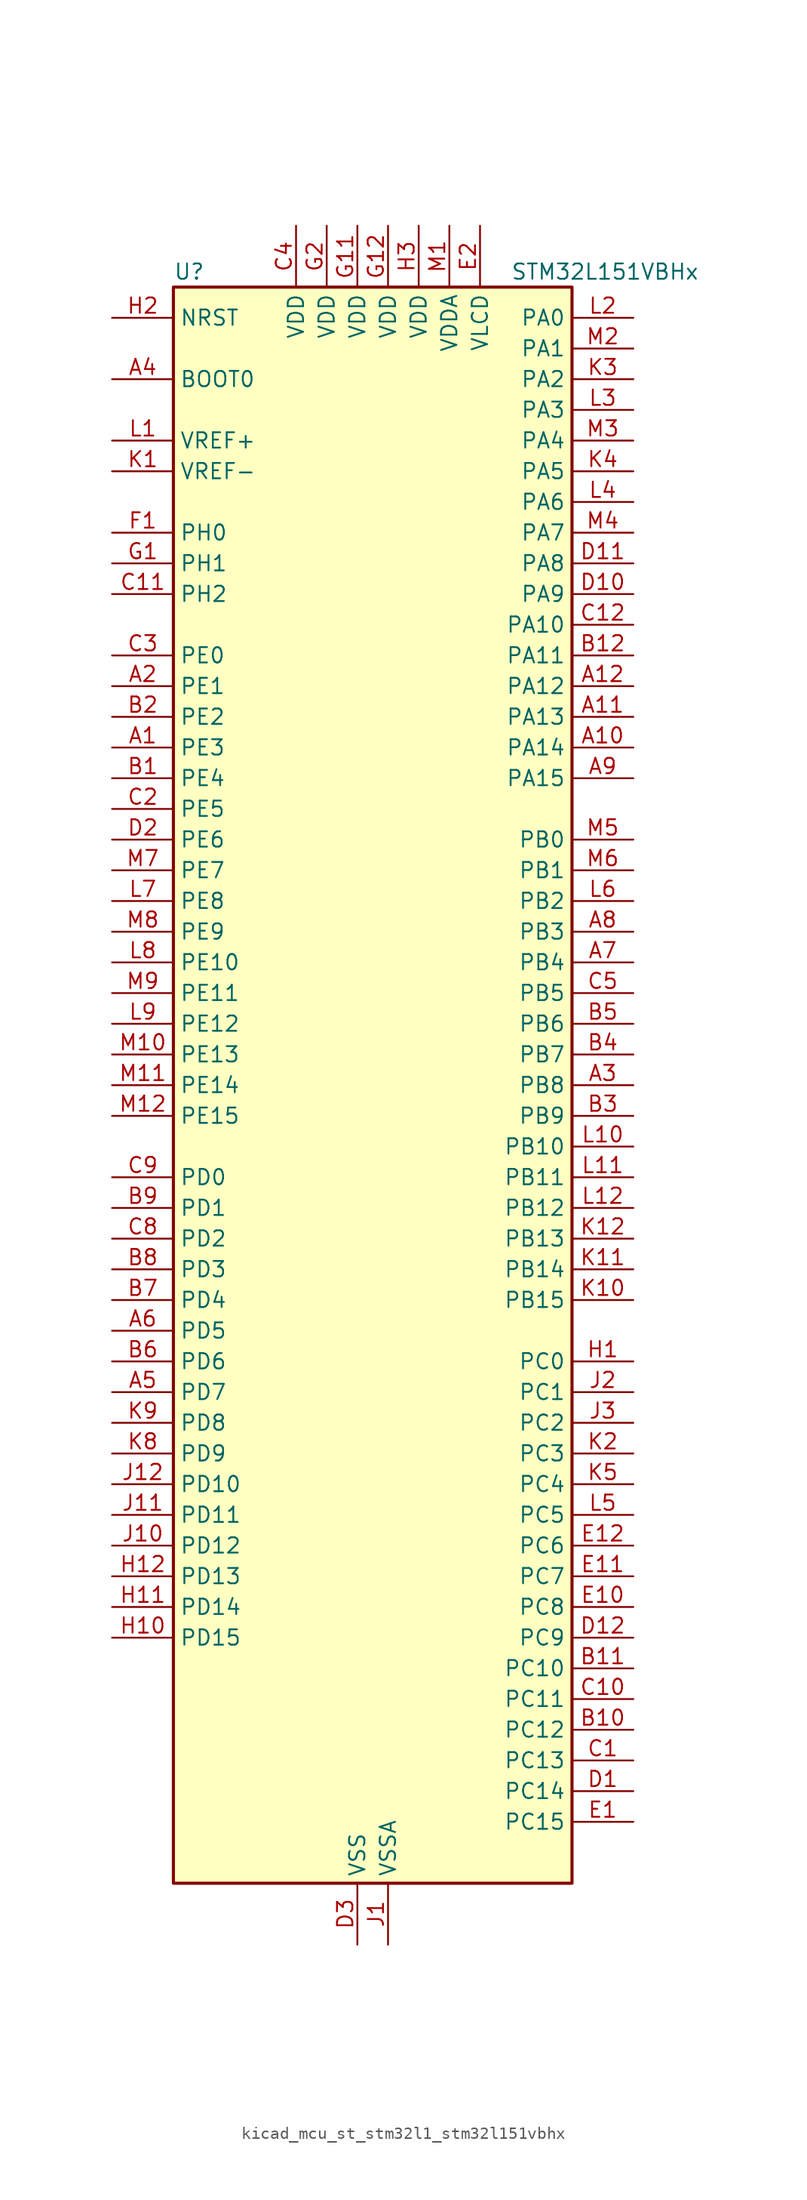
<source format=kicad_sym>
(kicad_symbol_lib
  (version 20220914)
  (generator kicad_symbol_editor)
  (symbol "kicad_mcu_st_stm32l1_stm32l151vbhx"
    (property "Reference" "U"
      (at -15.24 67.31 0)
      (effects (font (size 1.27 1.27)) (justify left)))
    (property "Value" "STM32L151VBHx"
      (at 12.7 67.31 0)
      (effects (font (size 1.27 1.27)) (justify left)))
    (property "ki_locked" ""
      (at 0 0 0)
      (effects (font (size 1.27 1.27))))
    (symbol "kicad_mcu_st_stm32l1_stm32l151vbhx_0_1"
      (rectangle (start -15.24 -66.04) (end 17.78 66.04) (stroke (width 0.254) (type default)) (fill (type background))))
    (symbol "kicad_mcu_st_stm32l1_stm32l151vbhx_1_1"
      (pin bidirectional line (at -20.32 27.94 0) (length 5.08) (name "PE3" (effects (font (size 1.27 1.27)))) (number "A1" (effects (font (size 1.27 1.27)))) (alternate "SYS_TRACED0" bidirectional line) (alternate "TIM3_CH1" bidirectional line) (alternate "TIMX_IC4" bidirectional line))
      (pin bidirectional line (at 22.86 27.94 180) (length 5.08) (name "PA14" (effects (font (size 1.27 1.27)))) (number "A10" (effects (font (size 1.27 1.27)))) (alternate "SYS_JTCK-SWCLK" bidirectional line) (alternate "TIMX_IC3" bidirectional line) (alternate "TS_G5_IO2" bidirectional line))
      (pin bidirectional line (at 22.86 30.48 180) (length 5.08) (name "PA13" (effects (font (size 1.27 1.27)))) (number "A11" (effects (font (size 1.27 1.27)))) (alternate "SYS_JTMS-SWDIO" bidirectional line) (alternate "TIMX_IC2" bidirectional line) (alternate "TS_G5_IO1" bidirectional line))
      (pin bidirectional line (at 22.86 33.02 180) (length 5.08) (name "PA12" (effects (font (size 1.27 1.27)))) (number "A12" (effects (font (size 1.27 1.27)))) (alternate "SPI1_MOSI" bidirectional line) (alternate "TIMX_IC1" bidirectional line) (alternate "USART1_RTS" bidirectional line) (alternate "USB_DP" bidirectional line))
      (pin bidirectional line (at -20.32 33.02 0) (length 5.08) (name "PE1" (effects (font (size 1.27 1.27)))) (number "A2" (effects (font (size 1.27 1.27)))) (alternate "TIM11_CH1" bidirectional line) (alternate "TIMX_IC2" bidirectional line))
      (pin bidirectional line (at 22.86 0 180) (length 5.08) (name "PB8" (effects (font (size 1.27 1.27)))) (number "A3" (effects (font (size 1.27 1.27)))) (alternate "I2C1_SCL" bidirectional line) (alternate "TIM10_CH1" bidirectional line) (alternate "TIM4_CH3" bidirectional line))
      (pin input line (at -20.32 58.42 0) (length 5.08) (name "BOOT0" (effects (font (size 1.27 1.27)))) (number "A4" (effects (font (size 1.27 1.27)))))
      (pin bidirectional line (at -20.32 -25.4 0) (length 5.08) (name "PD7" (effects (font (size 1.27 1.27)))) (number "A5" (effects (font (size 1.27 1.27)))) (alternate "TIM9_CH2" bidirectional line) (alternate "TIMX_IC4" bidirectional line) (alternate "USART2_CK" bidirectional line))
      (pin bidirectional line (at -20.32 -20.32 0) (length 5.08) (name "PD5" (effects (font (size 1.27 1.27)))) (number "A6" (effects (font (size 1.27 1.27)))) (alternate "TIMX_IC2" bidirectional line) (alternate "USART2_TX" bidirectional line))
      (pin bidirectional line (at 22.86 10.16 180) (length 5.08) (name "PB4" (effects (font (size 1.27 1.27)))) (number "A7" (effects (font (size 1.27 1.27)))) (alternate "COMP2_INP" bidirectional line) (alternate "SPI1_MISO" bidirectional line) (alternate "SYS_JTRST" bidirectional line) (alternate "TIM3_CH1" bidirectional line) (alternate "TS_G6_IO1" bidirectional line))
      (pin bidirectional line (at 22.86 12.7 180) (length 5.08) (name "PB3" (effects (font (size 1.27 1.27)))) (number "A8" (effects (font (size 1.27 1.27)))) (alternate "COMP2_INM" bidirectional line) (alternate "SPI1_SCK" bidirectional line) (alternate "SYS_JTDO-TRACESWO" bidirectional line) (alternate "TIM2_CH2" bidirectional line))
      (pin bidirectional line (at 22.86 25.4 180) (length 5.08) (name "PA15" (effects (font (size 1.27 1.27)))) (number "A9" (effects (font (size 1.27 1.27)))) (alternate "ADC_EXTI15" bidirectional line) (alternate "SPI1_NSS" bidirectional line) (alternate "SYS_JTDI" bidirectional line) (alternate "TIM2_CH1" bidirectional line) (alternate "TIM2_ETR" bidirectional line) (alternate "TIMX_IC4" bidirectional line) (alternate "TS_G5_IO3" bidirectional line))
      (pin bidirectional line (at -20.32 25.4 0) (length 5.08) (name "PE4" (effects (font (size 1.27 1.27)))) (number "B1" (effects (font (size 1.27 1.27)))) (alternate "SYS_TRACED1" bidirectional line) (alternate "TIM3_CH2" bidirectional line) (alternate "TIMX_IC1" bidirectional line))
      (pin bidirectional line (at 22.86 -53.34 180) (length 5.08) (name "PC12" (effects (font (size 1.27 1.27)))) (number "B10" (effects (font (size 1.27 1.27)))) (alternate "TIMX_IC1" bidirectional line) (alternate "USART3_CK" bidirectional line))
      (pin bidirectional line (at 22.86 -48.26 180) (length 5.08) (name "PC10" (effects (font (size 1.27 1.27)))) (number "B11" (effects (font (size 1.27 1.27)))) (alternate "TIMX_IC3" bidirectional line) (alternate "USART3_TX" bidirectional line))
      (pin bidirectional line (at 22.86 35.56 180) (length 5.08) (name "PA11" (effects (font (size 1.27 1.27)))) (number "B12" (effects (font (size 1.27 1.27)))) (alternate "ADC_EXTI11" bidirectional line) (alternate "SPI1_MISO" bidirectional line) (alternate "TIMX_IC4" bidirectional line) (alternate "USART1_CTS" bidirectional line) (alternate "USB_DM" bidirectional line))
      (pin bidirectional line (at -20.32 30.48 0) (length 5.08) (name "PE2" (effects (font (size 1.27 1.27)))) (number "B2" (effects (font (size 1.27 1.27)))) (alternate "SYS_TRACECK" bidirectional line) (alternate "TIM3_ETR" bidirectional line) (alternate "TIMX_IC3" bidirectional line))
      (pin bidirectional line (at 22.86 -2.54 180) (length 5.08) (name "PB9" (effects (font (size 1.27 1.27)))) (number "B3" (effects (font (size 1.27 1.27)))) (alternate "DAC_EXTI9" bidirectional line) (alternate "I2C1_SDA" bidirectional line) (alternate "TIM11_CH1" bidirectional line) (alternate "TIM4_CH4" bidirectional line))
      (pin bidirectional line (at 22.86 2.54 180) (length 5.08) (name "PB7" (effects (font (size 1.27 1.27)))) (number "B4" (effects (font (size 1.27 1.27)))) (alternate "I2C1_SDA" bidirectional line) (alternate "SYS_PVD_IN" bidirectional line) (alternate "TIM4_CH2" bidirectional line) (alternate "USART1_RX" bidirectional line))
      (pin bidirectional line (at 22.86 5.08 180) (length 5.08) (name "PB6" (effects (font (size 1.27 1.27)))) (number "B5" (effects (font (size 1.27 1.27)))) (alternate "I2C1_SCL" bidirectional line) (alternate "TIM4_CH1" bidirectional line) (alternate "USART1_TX" bidirectional line))
      (pin bidirectional line (at -20.32 -22.86 0) (length 5.08) (name "PD6" (effects (font (size 1.27 1.27)))) (number "B6" (effects (font (size 1.27 1.27)))) (alternate "TIMX_IC3" bidirectional line) (alternate "USART2_RX" bidirectional line))
      (pin bidirectional line (at -20.32 -17.78 0) (length 5.08) (name "PD4" (effects (font (size 1.27 1.27)))) (number "B7" (effects (font (size 1.27 1.27)))) (alternate "SPI2_MOSI" bidirectional line) (alternate "TIMX_IC1" bidirectional line) (alternate "USART2_RTS" bidirectional line))
      (pin bidirectional line (at -20.32 -15.24 0) (length 5.08) (name "PD3" (effects (font (size 1.27 1.27)))) (number "B8" (effects (font (size 1.27 1.27)))) (alternate "SPI2_MISO" bidirectional line) (alternate "TIMX_IC4" bidirectional line) (alternate "USART2_CTS" bidirectional line))
      (pin bidirectional line (at -20.32 -10.16 0) (length 5.08) (name "PD1" (effects (font (size 1.27 1.27)))) (number "B9" (effects (font (size 1.27 1.27)))) (alternate "SPI2_SCK" bidirectional line) (alternate "TIMX_IC2" bidirectional line))
      (pin bidirectional line (at 22.86 -55.88 180) (length 5.08) (name "PC13" (effects (font (size 1.27 1.27)))) (number "C1" (effects (font (size 1.27 1.27)))) (alternate "RTC_OUT_ALARM" bidirectional line) (alternate "RTC_OUT_CALIB" bidirectional line) (alternate "RTC_TAMP1" bidirectional line) (alternate "RTC_TS" bidirectional line) (alternate "SYS_WKUP2" bidirectional line) (alternate "TIMX_IC2" bidirectional line))
      (pin bidirectional line (at 22.86 -50.8 180) (length 5.08) (name "PC11" (effects (font (size 1.27 1.27)))) (number "C10" (effects (font (size 1.27 1.27)))) (alternate "ADC_EXTI11" bidirectional line) (alternate "TIMX_IC4" bidirectional line) (alternate "USART3_RX" bidirectional line))
      (pin bidirectional line (at -20.32 40.64 0) (length 5.08) (name "PH2" (effects (font (size 1.27 1.27)))) (number "C11" (effects (font (size 1.27 1.27)))))
      (pin bidirectional line (at 22.86 38.1 180) (length 5.08) (name "PA10" (effects (font (size 1.27 1.27)))) (number "C12" (effects (font (size 1.27 1.27)))) (alternate "TIMX_IC3" bidirectional line) (alternate "TS_G4_IO3" bidirectional line) (alternate "USART1_RX" bidirectional line))
      (pin bidirectional line (at -20.32 22.86 0) (length 5.08) (name "PE5" (effects (font (size 1.27 1.27)))) (number "C2" (effects (font (size 1.27 1.27)))) (alternate "SYS_TRACED2" bidirectional line) (alternate "TIM9_CH1" bidirectional line) (alternate "TIMX_IC2" bidirectional line))
      (pin bidirectional line (at -20.32 35.56 0) (length 5.08) (name "PE0" (effects (font (size 1.27 1.27)))) (number "C3" (effects (font (size 1.27 1.27)))) (alternate "TIM10_CH1" bidirectional line) (alternate "TIM4_ETR" bidirectional line) (alternate "TIMX_IC1" bidirectional line))
      (pin power_in line (at -5.08 71.12 270) (length 5.08) (name "VDD" (effects (font (size 1.27 1.27)))) (number "C4" (effects (font (size 1.27 1.27)))))
      (pin bidirectional line (at 22.86 7.62 180) (length 5.08) (name "PB5" (effects (font (size 1.27 1.27)))) (number "C5" (effects (font (size 1.27 1.27)))) (alternate "COMP2_INP" bidirectional line) (alternate "I2C1_SMBA" bidirectional line) (alternate "SPI1_MOSI" bidirectional line) (alternate "TIM3_CH2" bidirectional line) (alternate "TS_G6_IO2" bidirectional line))
      (pin bidirectional line (at -20.32 -12.7 0) (length 5.08) (name "PD2" (effects (font (size 1.27 1.27)))) (number "C8" (effects (font (size 1.27 1.27)))) (alternate "TIM3_ETR" bidirectional line) (alternate "TIMX_IC3" bidirectional line))
      (pin bidirectional line (at -20.32 -7.62 0) (length 5.08) (name "PD0" (effects (font (size 1.27 1.27)))) (number "C9" (effects (font (size 1.27 1.27)))) (alternate "SPI2_NSS" bidirectional line) (alternate "TIM9_CH1" bidirectional line) (alternate "TIMX_IC1" bidirectional line))
      (pin bidirectional line (at 22.86 -58.42 180) (length 5.08) (name "PC14" (effects (font (size 1.27 1.27)))) (number "D1" (effects (font (size 1.27 1.27)))) (alternate "RCC_OSC32_IN" bidirectional line) (alternate "TIMX_IC3" bidirectional line))
      (pin bidirectional line (at 22.86 40.64 180) (length 5.08) (name "PA9" (effects (font (size 1.27 1.27)))) (number "D10" (effects (font (size 1.27 1.27)))) (alternate "DAC_EXTI9" bidirectional line) (alternate "TIMX_IC2" bidirectional line) (alternate "TS_G4_IO2" bidirectional line) (alternate "USART1_TX" bidirectional line))
      (pin bidirectional line (at 22.86 43.18 180) (length 5.08) (name "PA8" (effects (font (size 1.27 1.27)))) (number "D11" (effects (font (size 1.27 1.27)))) (alternate "RCC_MCO" bidirectional line) (alternate "TIMX_IC1" bidirectional line) (alternate "TS_G4_IO1" bidirectional line) (alternate "USART1_CK" bidirectional line))
      (pin bidirectional line (at 22.86 -45.72 180) (length 5.08) (name "PC9" (effects (font (size 1.27 1.27)))) (number "D12" (effects (font (size 1.27 1.27)))) (alternate "DAC_EXTI9" bidirectional line) (alternate "TIM3_CH4" bidirectional line) (alternate "TIMX_IC2" bidirectional line) (alternate "TS_G10_IO4" bidirectional line))
      (pin bidirectional line (at -20.32 20.32 0) (length 5.08) (name "PE6" (effects (font (size 1.27 1.27)))) (number "D2" (effects (font (size 1.27 1.27)))) (alternate "SYS_TRACED3" bidirectional line) (alternate "SYS_WKUP3" bidirectional line) (alternate "TIM9_CH2" bidirectional line) (alternate "TIMX_IC3" bidirectional line))
      (pin power_in line (at 0 -71.12 90) (length 5.08) (name "VSS" (effects (font (size 1.27 1.27)))) (number "D3" (effects (font (size 1.27 1.27)))))
      (pin bidirectional line (at 22.86 -60.96 180) (length 5.08) (name "PC15" (effects (font (size 1.27 1.27)))) (number "E1" (effects (font (size 1.27 1.27)))) (alternate "ADC_EXTI15" bidirectional line) (alternate "RCC_OSC32_OUT" bidirectional line) (alternate "TIMX_IC4" bidirectional line))
      (pin bidirectional line (at 22.86 -43.18 180) (length 5.08) (name "PC8" (effects (font (size 1.27 1.27)))) (number "E10" (effects (font (size 1.27 1.27)))) (alternate "TIM3_CH3" bidirectional line) (alternate "TIMX_IC1" bidirectional line) (alternate "TS_G10_IO3" bidirectional line))
      (pin bidirectional line (at 22.86 -40.64 180) (length 5.08) (name "PC7" (effects (font (size 1.27 1.27)))) (number "E11" (effects (font (size 1.27 1.27)))) (alternate "TIM3_CH2" bidirectional line) (alternate "TIMX_IC4" bidirectional line) (alternate "TS_G10_IO2" bidirectional line))
      (pin bidirectional line (at 22.86 -38.1 180) (length 5.08) (name "PC6" (effects (font (size 1.27 1.27)))) (number "E12" (effects (font (size 1.27 1.27)))) (alternate "TIM3_CH1" bidirectional line) (alternate "TIMX_IC3" bidirectional line) (alternate "TS_G10_IO1" bidirectional line))
      (pin power_in line (at 10.16 71.12 270) (length 5.08) (name "VLCD" (effects (font (size 1.27 1.27)))) (number "E2" (effects (font (size 1.27 1.27)))))
      (pin passive line (at 0 -71.12 90) (length 5.08) hide (name "VSS" (effects (font (size 1.27 1.27)))) (number "E3" (effects (font (size 1.27 1.27)))))
      (pin bidirectional line (at -20.32 45.72 0) (length 5.08) (name "PH0" (effects (font (size 1.27 1.27)))) (number "F1" (effects (font (size 1.27 1.27)))) (alternate "RCC_OSC_IN" bidirectional line))
      (pin passive line (at 0 -71.12 90) (length 5.08) hide (name "VSS" (effects (font (size 1.27 1.27)))) (number "F11" (effects (font (size 1.27 1.27)))))
      (pin passive line (at 0 -71.12 90) (length 5.08) hide (name "VSS" (effects (font (size 1.27 1.27)))) (number "F12" (effects (font (size 1.27 1.27)))))
      (pin passive line (at 0 -71.12 90) (length 5.08) hide (name "VSS" (effects (font (size 1.27 1.27)))) (number "F2" (effects (font (size 1.27 1.27)))))
      (pin bidirectional line (at -20.32 43.18 0) (length 5.08) (name "PH1" (effects (font (size 1.27 1.27)))) (number "G1" (effects (font (size 1.27 1.27)))) (alternate "RCC_OSC_OUT" bidirectional line))
      (pin power_in line (at 0 71.12 270) (length 5.08) (name "VDD" (effects (font (size 1.27 1.27)))) (number "G11" (effects (font (size 1.27 1.27)))))
      (pin power_in line (at 2.54 71.12 270) (length 5.08) (name "VDD" (effects (font (size 1.27 1.27)))) (number "G12" (effects (font (size 1.27 1.27)))))
      (pin power_in line (at -2.54 71.12 270) (length 5.08) (name "VDD" (effects (font (size 1.27 1.27)))) (number "G2" (effects (font (size 1.27 1.27)))))
      (pin bidirectional line (at 22.86 -22.86 180) (length 5.08) (name "PC0" (effects (font (size 1.27 1.27)))) (number "H1" (effects (font (size 1.27 1.27)))) (alternate "ADC_IN10" bidirectional line) (alternate "COMP1_INP" bidirectional line) (alternate "TIMX_IC1" bidirectional line) (alternate "TS_G8_IO1" bidirectional line))
      (pin bidirectional line (at -20.32 -45.72 0) (length 5.08) (name "PD15" (effects (font (size 1.27 1.27)))) (number "H10" (effects (font (size 1.27 1.27)))) (alternate "ADC_EXTI15" bidirectional line) (alternate "TIM4_CH4" bidirectional line) (alternate "TIMX_IC4" bidirectional line))
      (pin bidirectional line (at -20.32 -43.18 0) (length 5.08) (name "PD14" (effects (font (size 1.27 1.27)))) (number "H11" (effects (font (size 1.27 1.27)))) (alternate "TIM4_CH3" bidirectional line) (alternate "TIMX_IC3" bidirectional line))
      (pin bidirectional line (at -20.32 -40.64 0) (length 5.08) (name "PD13" (effects (font (size 1.27 1.27)))) (number "H12" (effects (font (size 1.27 1.27)))) (alternate "TIM4_CH2" bidirectional line) (alternate "TIMX_IC2" bidirectional line))
      (pin input line (at -20.32 63.5 0) (length 5.08) (name "NRST" (effects (font (size 1.27 1.27)))) (number "H2" (effects (font (size 1.27 1.27)))))
      (pin power_in line (at 5.08 71.12 270) (length 5.08) (name "VDD" (effects (font (size 1.27 1.27)))) (number "H3" (effects (font (size 1.27 1.27)))))
      (pin power_in line (at 2.54 -71.12 90) (length 5.08) (name "VSSA" (effects (font (size 1.27 1.27)))) (number "J1" (effects (font (size 1.27 1.27)))))
      (pin bidirectional line (at -20.32 -38.1 0) (length 5.08) (name "PD12" (effects (font (size 1.27 1.27)))) (number "J10" (effects (font (size 1.27 1.27)))) (alternate "TIM4_CH1" bidirectional line) (alternate "TIMX_IC1" bidirectional line) (alternate "USART3_RTS" bidirectional line))
      (pin bidirectional line (at -20.32 -35.56 0) (length 5.08) (name "PD11" (effects (font (size 1.27 1.27)))) (number "J11" (effects (font (size 1.27 1.27)))) (alternate "ADC_EXTI11" bidirectional line) (alternate "TIMX_IC4" bidirectional line) (alternate "USART3_CTS" bidirectional line))
      (pin bidirectional line (at -20.32 -33.02 0) (length 5.08) (name "PD10" (effects (font (size 1.27 1.27)))) (number "J12" (effects (font (size 1.27 1.27)))) (alternate "TIMX_IC3" bidirectional line) (alternate "USART3_CK" bidirectional line))
      (pin bidirectional line (at 22.86 -25.4 180) (length 5.08) (name "PC1" (effects (font (size 1.27 1.27)))) (number "J2" (effects (font (size 1.27 1.27)))) (alternate "ADC_IN11" bidirectional line) (alternate "COMP1_INP" bidirectional line) (alternate "TIMX_IC2" bidirectional line) (alternate "TS_G8_IO2" bidirectional line))
      (pin bidirectional line (at 22.86 -27.94 180) (length 5.08) (name "PC2" (effects (font (size 1.27 1.27)))) (number "J3" (effects (font (size 1.27 1.27)))) (alternate "ADC_IN12" bidirectional line) (alternate "COMP1_INP" bidirectional line) (alternate "TIMX_IC3" bidirectional line) (alternate "TS_G8_IO3" bidirectional line))
      (pin input line (at -20.32 50.8 0) (length 5.08) (name "VREF-" (effects (font (size 1.27 1.27)))) (number "K1" (effects (font (size 1.27 1.27)))))
      (pin bidirectional line (at 22.86 -17.78 180) (length 5.08) (name "PB15" (effects (font (size 1.27 1.27)))) (number "K10" (effects (font (size 1.27 1.27)))) (alternate "ADC_EXTI15" bidirectional line) (alternate "ADC_IN21" bidirectional line) (alternate "COMP1_INP" bidirectional line) (alternate "RTC_REFIN" bidirectional line) (alternate "SPI2_MOSI" bidirectional line) (alternate "TIM11_CH1" bidirectional line) (alternate "TS_G7_IO4" bidirectional line))
      (pin bidirectional line (at 22.86 -15.24 180) (length 5.08) (name "PB14" (effects (font (size 1.27 1.27)))) (number "K11" (effects (font (size 1.27 1.27)))) (alternate "ADC_IN20" bidirectional line) (alternate "COMP1_INP" bidirectional line) (alternate "SPI2_MISO" bidirectional line) (alternate "TIM9_CH2" bidirectional line) (alternate "TS_G7_IO3" bidirectional line) (alternate "USART3_RTS" bidirectional line))
      (pin bidirectional line (at 22.86 -12.7 180) (length 5.08) (name "PB13" (effects (font (size 1.27 1.27)))) (number "K12" (effects (font (size 1.27 1.27)))) (alternate "ADC_IN19" bidirectional line) (alternate "COMP1_INP" bidirectional line) (alternate "SPI2_SCK" bidirectional line) (alternate "TIM9_CH1" bidirectional line) (alternate "TS_G7_IO2" bidirectional line) (alternate "USART3_CTS" bidirectional line))
      (pin bidirectional line (at 22.86 -30.48 180) (length 5.08) (name "PC3" (effects (font (size 1.27 1.27)))) (number "K2" (effects (font (size 1.27 1.27)))) (alternate "ADC_IN13" bidirectional line) (alternate "COMP1_INP" bidirectional line) (alternate "TIMX_IC4" bidirectional line) (alternate "TS_G8_IO4" bidirectional line))
      (pin bidirectional line (at 22.86 58.42 180) (length 5.08) (name "PA2" (effects (font (size 1.27 1.27)))) (number "K3" (effects (font (size 1.27 1.27)))) (alternate "ADC_IN2" bidirectional line) (alternate "COMP1_INP" bidirectional line) (alternate "TIM2_CH3" bidirectional line) (alternate "TIM9_CH1" bidirectional line) (alternate "TIMX_IC3" bidirectional line) (alternate "TS_G1_IO3" bidirectional line) (alternate "USART2_TX" bidirectional line))
      (pin bidirectional line (at 22.86 50.8 180) (length 5.08) (name "PA5" (effects (font (size 1.27 1.27)))) (number "K4" (effects (font (size 1.27 1.27)))) (alternate "ADC_IN5" bidirectional line) (alternate "COMP1_INP" bidirectional line) (alternate "DAC_OUT2" bidirectional line) (alternate "SPI1_SCK" bidirectional line) (alternate "TIM2_CH1" bidirectional line) (alternate "TIM2_ETR" bidirectional line) (alternate "TIMX_IC2" bidirectional line))
      (pin bidirectional line (at 22.86 -33.02 180) (length 5.08) (name "PC4" (effects (font (size 1.27 1.27)))) (number "K5" (effects (font (size 1.27 1.27)))) (alternate "ADC_IN14" bidirectional line) (alternate "COMP1_INP" bidirectional line) (alternate "TIMX_IC1" bidirectional line) (alternate "TS_G9_IO1" bidirectional line))
      (pin bidirectional line (at -20.32 -30.48 0) (length 5.08) (name "PD9" (effects (font (size 1.27 1.27)))) (number "K8" (effects (font (size 1.27 1.27)))) (alternate "DAC_EXTI9" bidirectional line) (alternate "TIMX_IC2" bidirectional line) (alternate "USART3_RX" bidirectional line))
      (pin bidirectional line (at -20.32 -27.94 0) (length 5.08) (name "PD8" (effects (font (size 1.27 1.27)))) (number "K9" (effects (font (size 1.27 1.27)))) (alternate "TIMX_IC1" bidirectional line) (alternate "USART3_TX" bidirectional line))
      (pin input line (at -20.32 53.34 0) (length 5.08) (name "VREF+" (effects (font (size 1.27 1.27)))) (number "L1" (effects (font (size 1.27 1.27)))))
      (pin bidirectional line (at 22.86 -5.08 180) (length 5.08) (name "PB10" (effects (font (size 1.27 1.27)))) (number "L10" (effects (font (size 1.27 1.27)))) (alternate "I2C2_SCL" bidirectional line) (alternate "TIM2_CH3" bidirectional line) (alternate "USART3_TX" bidirectional line))
      (pin bidirectional line (at 22.86 -7.62 180) (length 5.08) (name "PB11" (effects (font (size 1.27 1.27)))) (number "L11" (effects (font (size 1.27 1.27)))) (alternate "ADC_EXTI11" bidirectional line) (alternate "I2C2_SDA" bidirectional line) (alternate "TIM2_CH4" bidirectional line) (alternate "USART3_RX" bidirectional line))
      (pin bidirectional line (at 22.86 -10.16 180) (length 5.08) (name "PB12" (effects (font (size 1.27 1.27)))) (number "L12" (effects (font (size 1.27 1.27)))) (alternate "ADC_IN18" bidirectional line) (alternate "COMP1_INP" bidirectional line) (alternate "I2C2_SMBA" bidirectional line) (alternate "SPI2_NSS" bidirectional line) (alternate "TIM10_CH1" bidirectional line) (alternate "TS_G7_IO1" bidirectional line) (alternate "USART3_CK" bidirectional line))
      (pin bidirectional line (at 22.86 63.5 180) (length 5.08) (name "PA0" (effects (font (size 1.27 1.27)))) (number "L2" (effects (font (size 1.27 1.27)))) (alternate "ADC_IN0" bidirectional line) (alternate "COMP1_INP" bidirectional line) (alternate "SYS_WKUP1" bidirectional line) (alternate "TIM2_CH1" bidirectional line) (alternate "TIM2_ETR" bidirectional line) (alternate "TIMX_IC1" bidirectional line) (alternate "TS_G1_IO1" bidirectional line) (alternate "USART2_CTS" bidirectional line))
      (pin bidirectional line (at 22.86 55.88 180) (length 5.08) (name "PA3" (effects (font (size 1.27 1.27)))) (number "L3" (effects (font (size 1.27 1.27)))) (alternate "ADC_IN3" bidirectional line) (alternate "COMP1_INP" bidirectional line) (alternate "TIM2_CH4" bidirectional line) (alternate "TIM9_CH2" bidirectional line) (alternate "TIMX_IC4" bidirectional line) (alternate "TS_G1_IO4" bidirectional line) (alternate "USART2_RX" bidirectional line))
      (pin bidirectional line (at 22.86 48.26 180) (length 5.08) (name "PA6" (effects (font (size 1.27 1.27)))) (number "L4" (effects (font (size 1.27 1.27)))) (alternate "ADC_IN6" bidirectional line) (alternate "COMP1_INP" bidirectional line) (alternate "SPI1_MISO" bidirectional line) (alternate "TIM10_CH1" bidirectional line) (alternate "TIM3_CH1" bidirectional line) (alternate "TIMX_IC3" bidirectional line) (alternate "TS_G2_IO1" bidirectional line))
      (pin bidirectional line (at 22.86 -35.56 180) (length 5.08) (name "PC5" (effects (font (size 1.27 1.27)))) (number "L5" (effects (font (size 1.27 1.27)))) (alternate "ADC_IN15" bidirectional line) (alternate "COMP1_INP" bidirectional line) (alternate "TIMX_IC2" bidirectional line) (alternate "TS_G9_IO2" bidirectional line))
      (pin bidirectional line (at 22.86 15.24 180) (length 5.08) (name "PB2" (effects (font (size 1.27 1.27)))) (number "L6" (effects (font (size 1.27 1.27)))))
      (pin bidirectional line (at -20.32 15.24 0) (length 5.08) (name "PE8" (effects (font (size 1.27 1.27)))) (number "L7" (effects (font (size 1.27 1.27)))) (alternate "ADC_IN23" bidirectional line) (alternate "COMP1_INP" bidirectional line) (alternate "TIMX_IC1" bidirectional line))
      (pin bidirectional line (at -20.32 10.16 0) (length 5.08) (name "PE10" (effects (font (size 1.27 1.27)))) (number "L8" (effects (font (size 1.27 1.27)))) (alternate "ADC_IN25" bidirectional line) (alternate "COMP1_INP" bidirectional line) (alternate "TIM2_CH2" bidirectional line) (alternate "TIMX_IC3" bidirectional line))
      (pin bidirectional line (at -20.32 5.08 0) (length 5.08) (name "PE12" (effects (font (size 1.27 1.27)))) (number "L9" (effects (font (size 1.27 1.27)))) (alternate "SPI1_NSS" bidirectional line) (alternate "TIM2_CH4" bidirectional line) (alternate "TIMX_IC1" bidirectional line))
      (pin power_in line (at 7.62 71.12 270) (length 5.08) (name "VDDA" (effects (font (size 1.27 1.27)))) (number "M1" (effects (font (size 1.27 1.27)))))
      (pin bidirectional line (at -20.32 2.54 0) (length 5.08) (name "PE13" (effects (font (size 1.27 1.27)))) (number "M10" (effects (font (size 1.27 1.27)))) (alternate "SPI1_SCK" bidirectional line) (alternate "TIMX_IC2" bidirectional line))
      (pin bidirectional line (at -20.32 0 0) (length 5.08) (name "PE14" (effects (font (size 1.27 1.27)))) (number "M11" (effects (font (size 1.27 1.27)))) (alternate "SPI1_MISO" bidirectional line) (alternate "TIMX_IC3" bidirectional line))
      (pin bidirectional line (at -20.32 -2.54 0) (length 5.08) (name "PE15" (effects (font (size 1.27 1.27)))) (number "M12" (effects (font (size 1.27 1.27)))) (alternate "ADC_EXTI15" bidirectional line) (alternate "SPI1_MOSI" bidirectional line) (alternate "TIMX_IC4" bidirectional line))
      (pin bidirectional line (at 22.86 60.96 180) (length 5.08) (name "PA1" (effects (font (size 1.27 1.27)))) (number "M2" (effects (font (size 1.27 1.27)))) (alternate "ADC_IN1" bidirectional line) (alternate "COMP1_INP" bidirectional line) (alternate "TIM2_CH2" bidirectional line) (alternate "TIMX_IC2" bidirectional line) (alternate "TS_G1_IO2" bidirectional line) (alternate "USART2_RTS" bidirectional line))
      (pin bidirectional line (at 22.86 53.34 180) (length 5.08) (name "PA4" (effects (font (size 1.27 1.27)))) (number "M3" (effects (font (size 1.27 1.27)))) (alternate "ADC_IN4" bidirectional line) (alternate "COMP1_INP" bidirectional line) (alternate "DAC_OUT1" bidirectional line) (alternate "SPI1_NSS" bidirectional line) (alternate "TIMX_IC1" bidirectional line) (alternate "USART2_CK" bidirectional line))
      (pin bidirectional line (at 22.86 45.72 180) (length 5.08) (name "PA7" (effects (font (size 1.27 1.27)))) (number "M4" (effects (font (size 1.27 1.27)))) (alternate "ADC_IN7" bidirectional line) (alternate "COMP1_INP" bidirectional line) (alternate "SPI1_MOSI" bidirectional line) (alternate "TIM11_CH1" bidirectional line) (alternate "TIM3_CH2" bidirectional line) (alternate "TIMX_IC4" bidirectional line) (alternate "TS_G2_IO2" bidirectional line))
      (pin bidirectional line (at 22.86 20.32 180) (length 5.08) (name "PB0" (effects (font (size 1.27 1.27)))) (number "M5" (effects (font (size 1.27 1.27)))) (alternate "ADC_IN8" bidirectional line) (alternate "COMP1_INP" bidirectional line) (alternate "SYS_V_REF_OUT" bidirectional line) (alternate "TIM3_CH3" bidirectional line) (alternate "TS_G3_IO1" bidirectional line))
      (pin bidirectional line (at 22.86 17.78 180) (length 5.08) (name "PB1" (effects (font (size 1.27 1.27)))) (number "M6" (effects (font (size 1.27 1.27)))) (alternate "ADC_IN9" bidirectional line) (alternate "COMP1_INP" bidirectional line) (alternate "SYS_V_REF_OUT" bidirectional line) (alternate "TIM3_CH4" bidirectional line) (alternate "TS_G3_IO2" bidirectional line))
      (pin bidirectional line (at -20.32 17.78 0) (length 5.08) (name "PE7" (effects (font (size 1.27 1.27)))) (number "M7" (effects (font (size 1.27 1.27)))) (alternate "ADC_IN22" bidirectional line) (alternate "COMP1_INP" bidirectional line) (alternate "TIMX_IC4" bidirectional line))
      (pin bidirectional line (at -20.32 12.7 0) (length 5.08) (name "PE9" (effects (font (size 1.27 1.27)))) (number "M8" (effects (font (size 1.27 1.27)))) (alternate "ADC_IN24" bidirectional line) (alternate "COMP1_INP" bidirectional line) (alternate "DAC_EXTI9" bidirectional line) (alternate "TIM2_CH1" bidirectional line) (alternate "TIM2_ETR" bidirectional line) (alternate "TIMX_IC2" bidirectional line))
      (pin bidirectional line (at -20.32 7.62 0) (length 5.08) (name "PE11" (effects (font (size 1.27 1.27)))) (number "M9" (effects (font (size 1.27 1.27)))) (alternate "ADC_EXTI11" bidirectional line) (alternate "TIM2_CH3" bidirectional line) (alternate "TIMX_IC4" bidirectional line)))))
</source>
